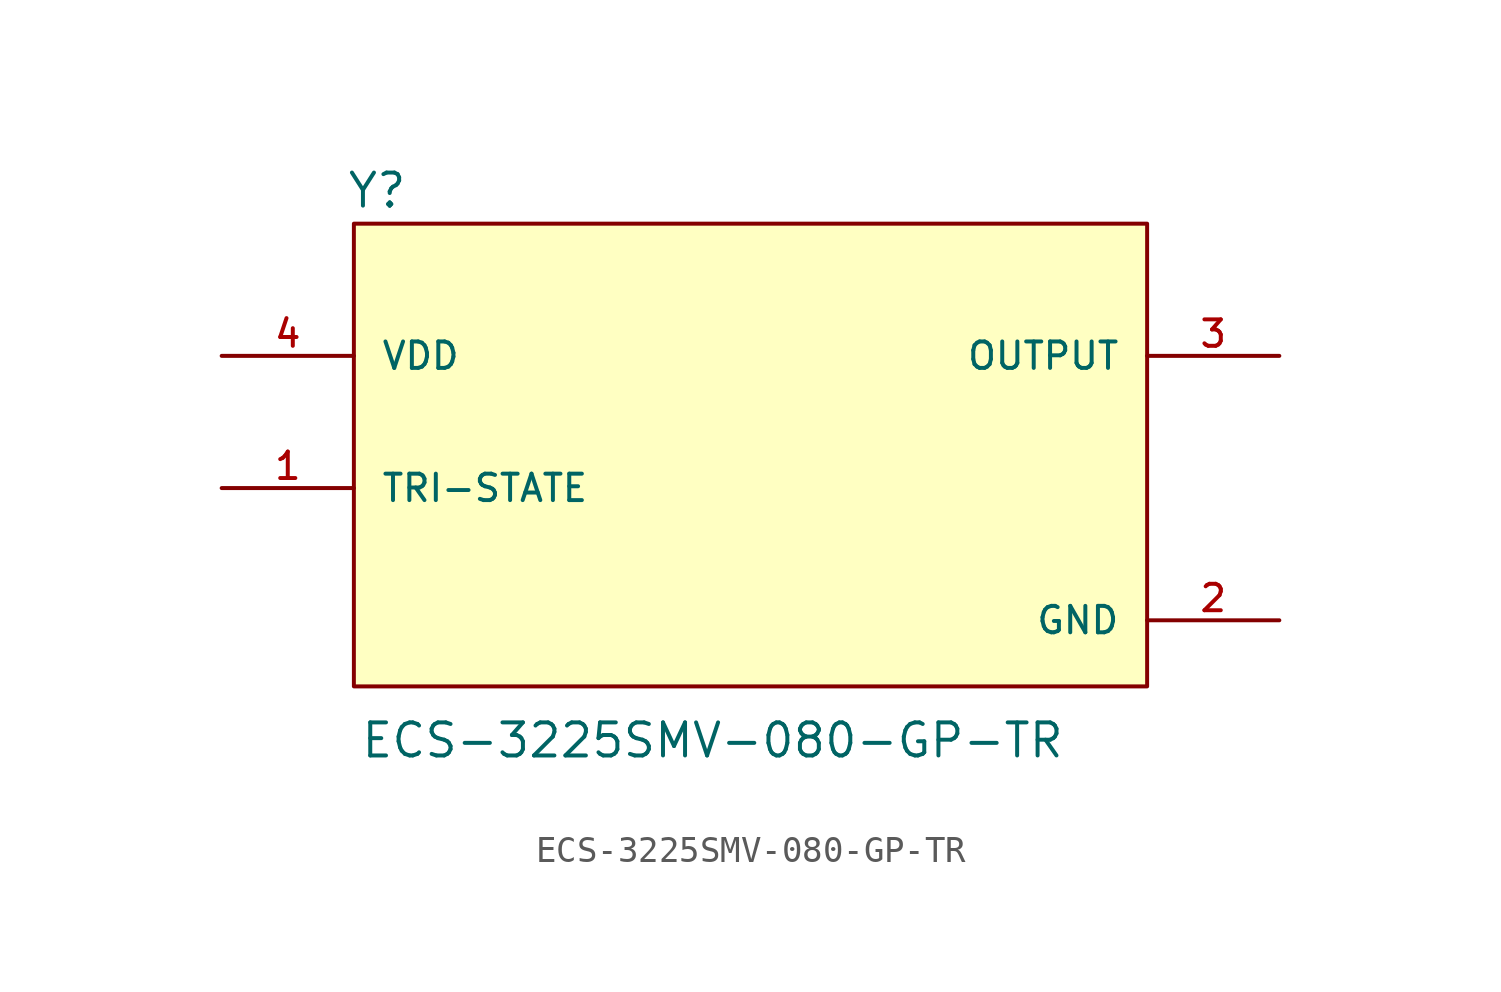
<source format=kicad_sym>
(kicad_symbol_lib
  (version 20211014)
  (generator kicad_symbol_editor)
  (symbol "ECS-3225SMV-080-GP-TR"
    (pin_names
      (offset 1.016))
    (property "Reference" "Y"
      (at -15.536 8.15 0)
      (effects (font (size 1.27 1.27)) (justify bottom left)))
    (property "Value" "ECS-3225SMV-080-GP-TR"
      (at -15.013 -12.977 0)
      (effects (font (size 1.27 1.27)) (justify bottom left)))
    (symbol "ECS-3225SMV-080-GP-TR_0_0"
      (rectangle (start -15.24 -10.16) (end 15.24 7.62) (stroke (width 0.152)) (fill (type background)))
      (pin input line (at -20.32 -2.54 0) (length 5.08) (name "TRI-STATE" (effects (font (size 1.016 1.016)))) (number "1" (effects (font (size 1.016 1.016)))))
      (pin input line (at -20.32 2.54 0) (length 5.08) (name "VDD" (effects (font (size 1.016 1.016)))) (number "4" (effects (font (size 1.016 1.016)))))
      (pin output line (at 20.32 2.54 180.0) (length 5.08) (name "OUTPUT" (effects (font (size 1.016 1.016)))) (number "3" (effects (font (size 1.016 1.016)))))
      (pin power_in line (at 20.32 -7.62 180.0) (length 5.08) (name "GND" (effects (font (size 1.016 1.016)))) (number "2" (effects (font (size 1.016 1.016))))))))
</source>
